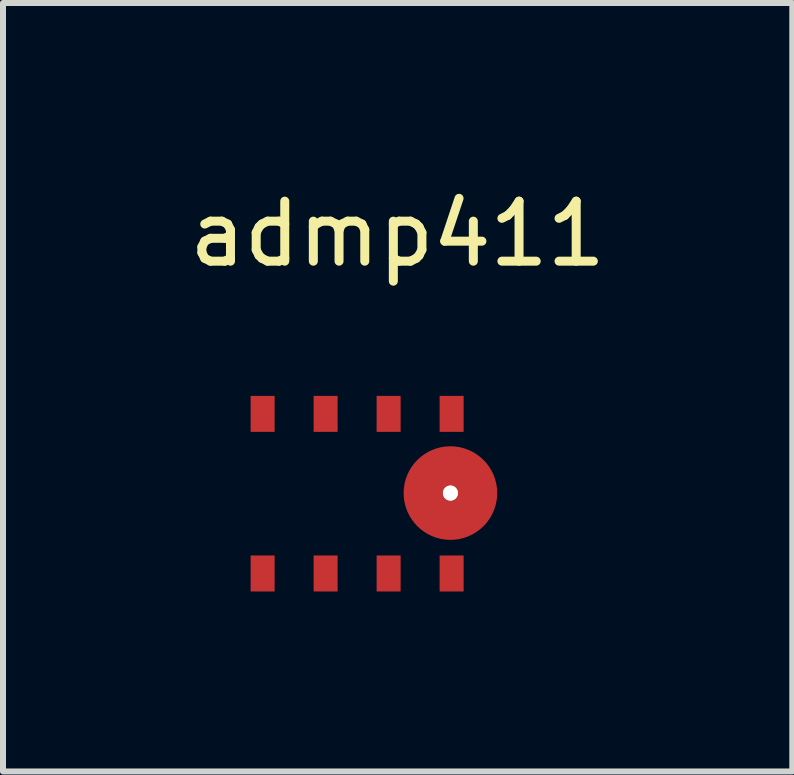
<source format=kicad_pcb>
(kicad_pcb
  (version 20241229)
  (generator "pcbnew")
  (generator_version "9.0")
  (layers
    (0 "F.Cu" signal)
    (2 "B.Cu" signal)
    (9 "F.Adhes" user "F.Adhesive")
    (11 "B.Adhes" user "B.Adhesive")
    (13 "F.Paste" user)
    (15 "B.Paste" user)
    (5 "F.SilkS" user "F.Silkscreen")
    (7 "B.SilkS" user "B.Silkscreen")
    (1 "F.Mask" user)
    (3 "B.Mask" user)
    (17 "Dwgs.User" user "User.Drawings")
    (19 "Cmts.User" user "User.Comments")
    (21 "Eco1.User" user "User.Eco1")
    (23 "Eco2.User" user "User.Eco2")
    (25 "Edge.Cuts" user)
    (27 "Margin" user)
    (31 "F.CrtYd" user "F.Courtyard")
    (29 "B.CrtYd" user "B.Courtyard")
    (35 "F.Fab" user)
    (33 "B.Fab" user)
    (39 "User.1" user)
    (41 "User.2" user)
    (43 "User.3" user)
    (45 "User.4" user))
  (footprint "admp411"
    (layer "F.Cu")
    (at 3.077 5.098)
    (property "Reference" "admp411" (at 0.5 -4.25 0) (layer "F.SilkS") (effects (font (size 1 1) (thickness 0.15))))
    (attr through_hole)
    (pad "1" smd rect (at -1.75 -1.25 90) (size 0.6 0.4) (layers "F.Cu" "F.Mask" "F.Paste"))
    (pad "2" smd rect (at -0.7 -1.25 90) (size 0.6 0.4) (layers "F.Cu" "F.Mask" "F.Paste"))
    (pad "3" smd rect (at 0.35 -1.25 90) (size 0.6 0.4) (layers "F.Cu" "F.Mask" "F.Paste"))
    (pad "4" smd rect (at 1.4 -1.25 90) (size 0.6 0.4) (layers "F.Cu" "F.Mask" "F.Paste"))
    (pad "5" thru_hole circle (at 1.38 0.07 90) (size 0.25 0.25) (drill 0.25) (layers "*.Cu" "*.Mask" "F.SilkS"))
    (pad "5" smd circle (at 1.38 0.07 90) (size 1.56 1.56) (layers "F.Cu" "F.Mask" "F.Paste"))
    (pad "6" smd rect (at 1.4 1.41 90) (size 0.6 0.4) (layers "F.Cu" "F.Mask" "F.Paste"))
    (pad "7" smd rect (at 0.35 1.41 90) (size 0.6 0.4) (layers "F.Cu" "F.Mask" "F.Paste"))
    (pad "8" smd rect (at -0.7 1.41 90) (size 0.6 0.4) (layers "F.Cu" "F.Mask" "F.Paste"))
    (pad "9" smd rect (at -1.75 1.41 90) (size 0.6 0.4) (layers "F.Cu" "F.Mask" "F.Paste")))
  (gr_rect
    (start -3 -3)
    (end 10.155 9.808)
    (stroke (width 0.1) (type default))
    (fill no)
    (layer "Edge.Cuts")))
</source>
